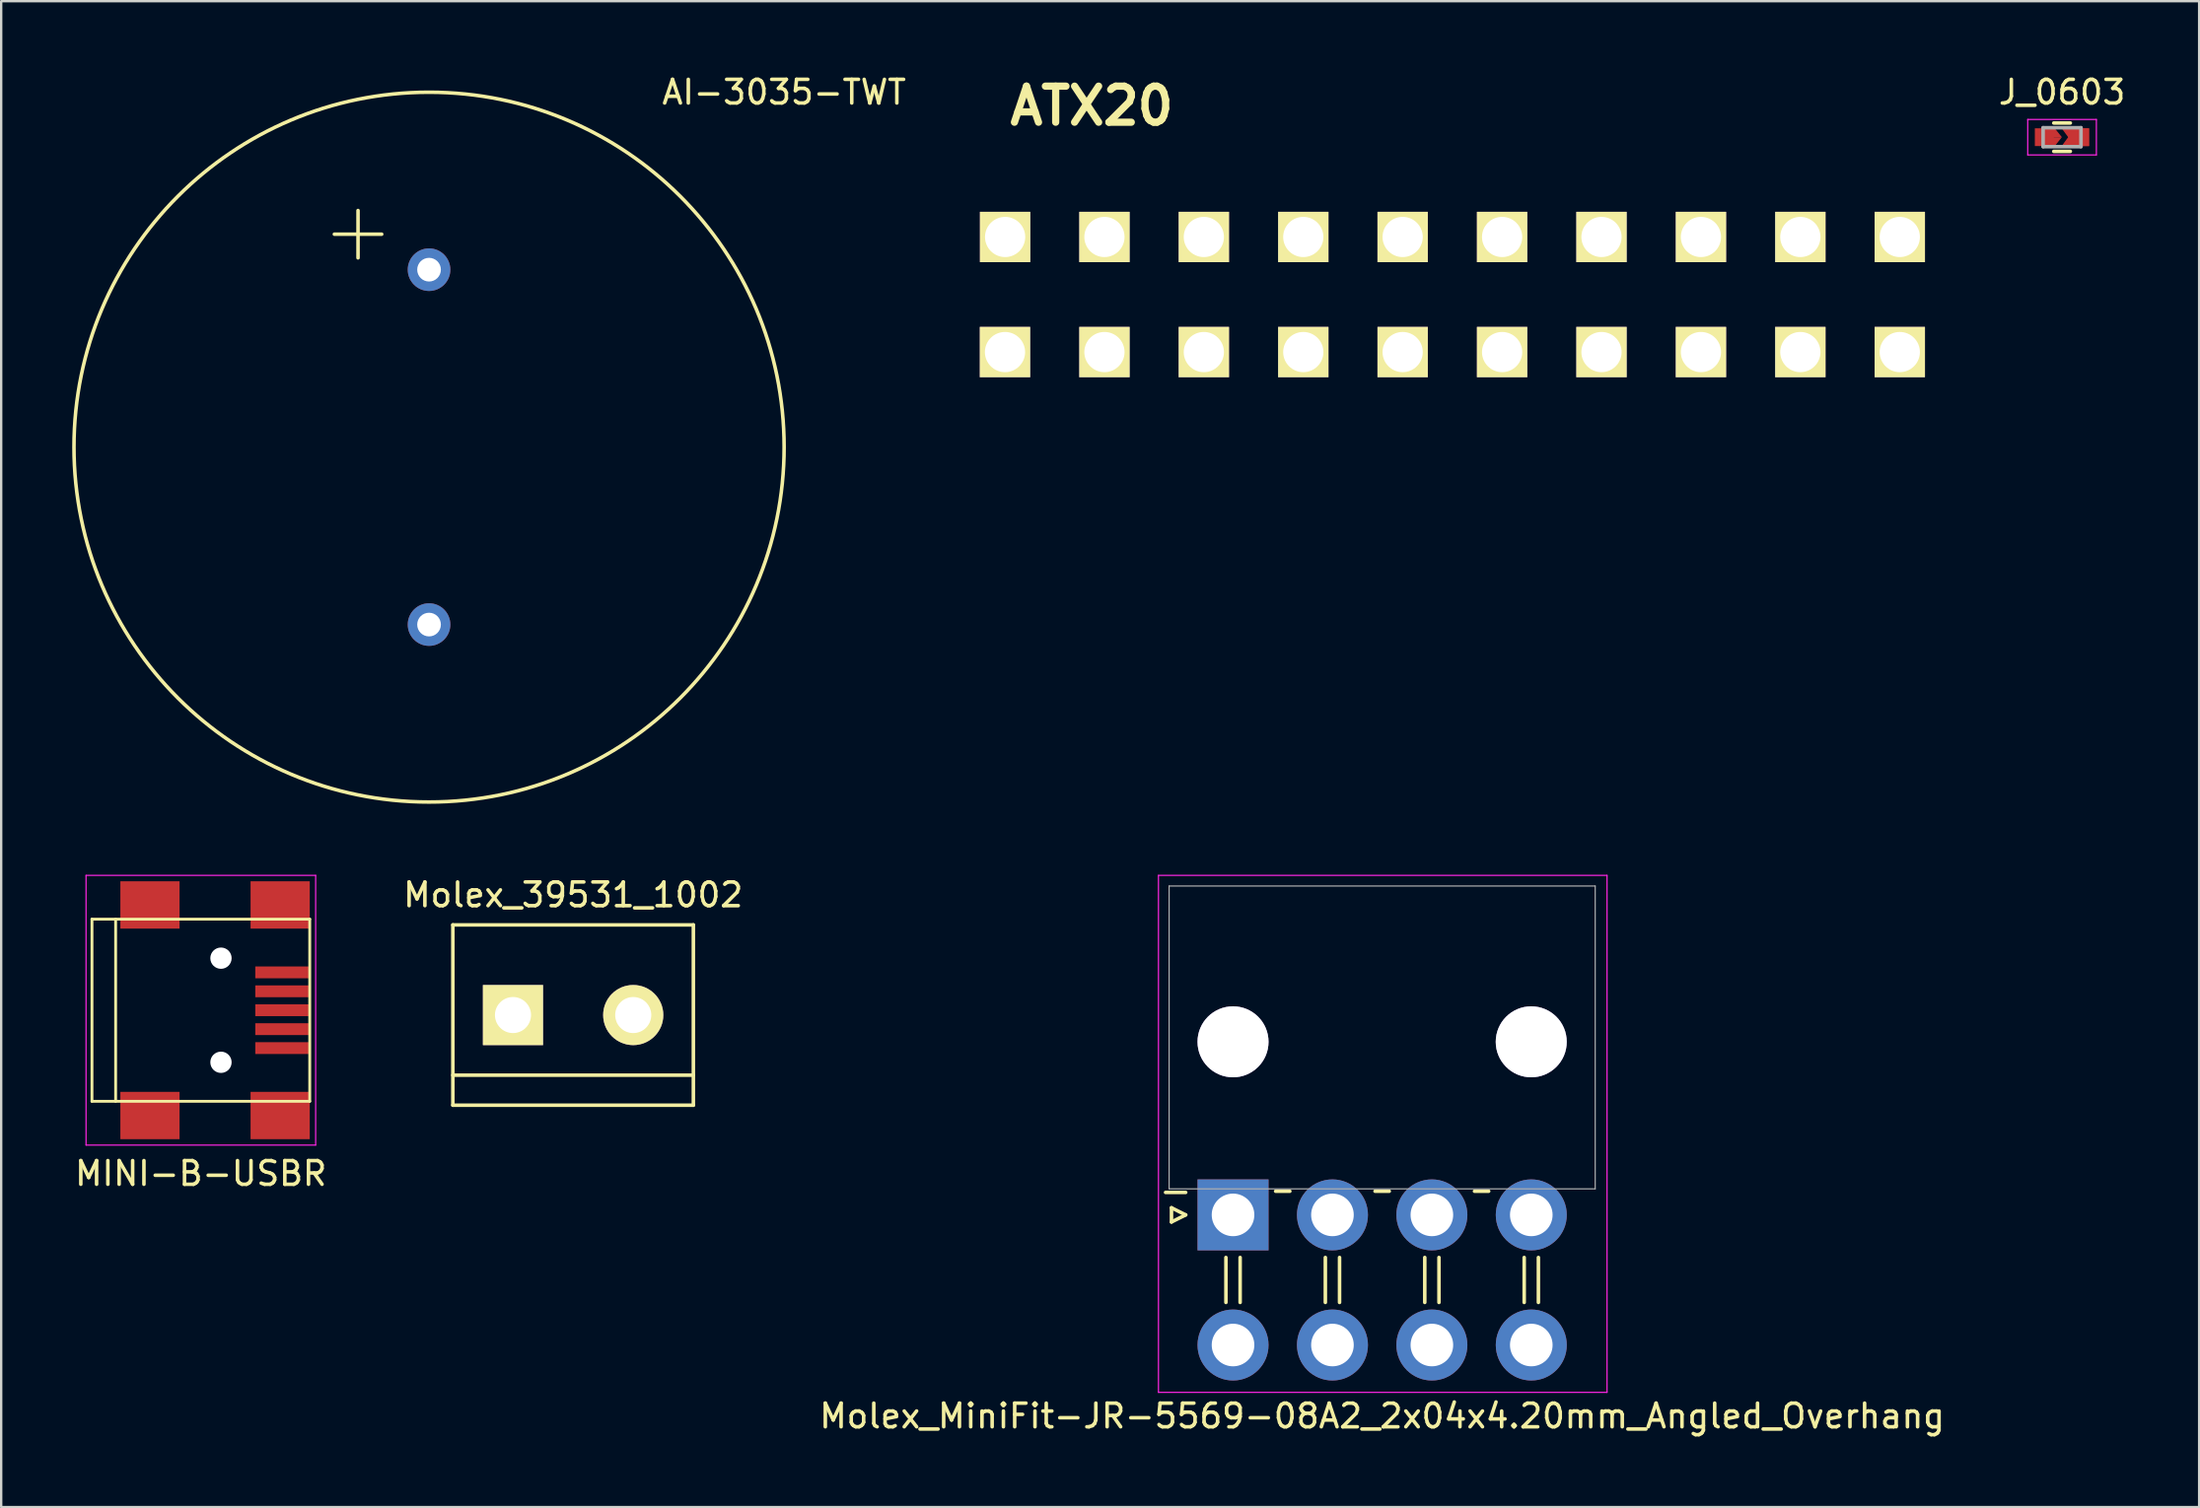
<source format=kicad_pcb>
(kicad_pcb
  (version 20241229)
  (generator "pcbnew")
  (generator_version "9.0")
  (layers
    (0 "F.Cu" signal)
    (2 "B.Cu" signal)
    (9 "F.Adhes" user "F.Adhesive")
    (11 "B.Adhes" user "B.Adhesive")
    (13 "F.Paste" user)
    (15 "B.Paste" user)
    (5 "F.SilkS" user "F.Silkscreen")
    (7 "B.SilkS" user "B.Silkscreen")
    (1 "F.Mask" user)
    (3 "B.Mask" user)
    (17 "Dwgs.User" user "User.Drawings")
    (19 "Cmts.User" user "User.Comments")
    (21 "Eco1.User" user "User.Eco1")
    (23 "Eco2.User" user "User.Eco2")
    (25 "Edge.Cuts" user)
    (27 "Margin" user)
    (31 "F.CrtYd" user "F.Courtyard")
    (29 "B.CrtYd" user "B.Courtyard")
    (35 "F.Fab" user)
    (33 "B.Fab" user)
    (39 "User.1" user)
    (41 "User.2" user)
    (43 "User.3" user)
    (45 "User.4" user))
  (footprint "J_0603"
    (layer "F.Cu")
    (at 84.061 2.748)
    (property "Reference" "J_0603" (at 0 -1.9 0) (layer "F.SilkS") (effects (font (size 1 1) (thickness 0.15))))
    (attr smd)
    (fp_line (start -0.35 -0.6) (end 0.35 -0.6) (stroke (width 0.15) (type solid)) (layer "F.SilkS"))
    (fp_line (start 0.35 0.6) (end -0.35 0.6) (stroke (width 0.15) (type solid)) (layer "F.SilkS"))
    (fp_line (start -1.45 -0.75) (end -1.45 0.75) (stroke (width 0.05) (type solid)) (layer "F.CrtYd"))
    (fp_line (start -1.45 -0.75) (end 1.45 -0.75) (stroke (width 0.05) (type solid)) (layer "F.CrtYd"))
    (fp_line (start -1.45 0.75) (end 1.45 0.75) (stroke (width 0.05) (type solid)) (layer "F.CrtYd"))
    (fp_line (start 1.45 -0.75) (end 1.45 0.75) (stroke (width 0.05) (type solid)) (layer "F.CrtYd"))
    (fp_line (start -0.8 -0.4) (end 0.8 -0.4) (stroke (width 0.15) (type solid)) (layer "F.Fab"))
    (fp_line (start -0.8 0.4) (end -0.8 -0.4) (stroke (width 0.15) (type solid)) (layer "F.Fab"))
    (fp_line (start 0.8 -0.4) (end 0.8 0.4) (stroke (width 0.15) (type solid)) (layer "F.Fab"))
    (fp_line (start 0.8 0.4) (end -0.8 0.4) (stroke (width 0.15) (type solid)) (layer "F.Fab"))
    (pad "1" smd rect (at -0.75 0) (size 0.8 0.75) (layers "F.Cu" "F.Mask" "F.Paste"))
    (pad "1" smd trapezoid (at -0.508 -0.188) (size 0.7 0.376) (rect_delta 0 0.3) (layers "F.Cu" "F.Mask" "F.Paste"))
    (pad "1" smd trapezoid (at -0.508 0.188 180) (size 0.7 0.376) (rect_delta 0 0.3) (layers "F.Cu" "F.Mask" "F.Paste"))
    (pad "2" smd trapezoid (at 0.559 0 180) (size 0.6 0.75) (rect_delta 0 0.55) (layers "F.Cu" "F.Mask" "F.Paste"))
    (pad "2" smd trapezoid (at 0.559 0) (size 0.6 0.75) (rect_delta 0 0.55) (layers "F.Cu" "F.Mask" "F.Paste"))
    (pad "2" smd rect (at 0.75 0) (size 0.8 0.75) (layers "F.Cu" "F.Mask" "F.Paste")))
  (footprint "ATX20"
    (layer "F.Cu")
    (at 58.311 16.666)
    (property "Reference" "ATX20" (at -15.24 -15.24 0) (layer "F.SilkS") (effects (font (size 1.524 1.524) (thickness 0.305))))
    (attr through_hole)
    (pad "1" thru_hole rect (at 18.895 -4.836) (size 2.126 2.126) (drill 1.699) (layers "*.Cu" "*.Mask" "F.SilkS"))
    (pad "2" thru_hole rect (at 18.895 -9.7) (size 2.126 2.126) (drill 1.699) (layers "*.Cu" "*.Mask" "F.SilkS"))
    (pad "3" thru_hole rect (at 14.694 -4.836) (size 2.126 2.126) (drill 1.699) (layers "*.Cu" "*.Mask" "F.SilkS"))
    (pad "4" thru_hole rect (at 14.694 -9.7) (size 2.126 2.126) (drill 1.699) (layers "*.Cu" "*.Mask" "F.SilkS"))
    (pad "5" thru_hole rect (at 10.495 -4.836) (size 2.126 2.126) (drill 1.699) (layers "*.Cu" "*.Mask" "F.SilkS"))
    (pad "6" thru_hole rect (at 10.495 -9.7) (size 2.126 2.126) (drill 1.699) (layers "*.Cu" "*.Mask" "F.SilkS"))
    (pad "7" thru_hole rect (at 6.294 -4.836) (size 2.126 2.126) (drill 1.699) (layers "*.Cu" "*.Mask" "F.SilkS"))
    (pad "8" thru_hole rect (at 6.294 -9.7) (size 2.126 2.126) (drill 1.699) (layers "*.Cu" "*.Mask" "F.SilkS"))
    (pad "9" thru_hole rect (at 2.095 -4.836) (size 2.126 2.126) (drill 1.699) (layers "*.Cu" "*.Mask" "F.SilkS"))
    (pad "10" thru_hole rect (at 2.095 -9.7) (size 2.126 2.126) (drill 1.699) (layers "*.Cu" "*.Mask" "F.SilkS"))
    (pad "11" thru_hole rect (at -2.106 -4.836) (size 2.126 2.126) (drill 1.699) (layers "*.Cu" "*.Mask" "F.SilkS"))
    (pad "12" thru_hole rect (at -2.106 -9.7) (size 2.126 2.126) (drill 1.699) (layers "*.Cu" "*.Mask" "F.SilkS"))
    (pad "13" thru_hole rect (at -6.304 -4.836) (size 2.126 2.126) (drill 1.699) (layers "*.Cu" "*.Mask" "F.SilkS"))
    (pad "14" thru_hole rect (at -6.304 -9.7) (size 2.126 2.126) (drill 1.699) (layers "*.Cu" "*.Mask" "F.SilkS"))
    (pad "15" thru_hole rect (at -10.505 -4.836) (size 2.126 2.126) (drill 1.699) (layers "*.Cu" "*.Mask" "F.SilkS"))
    (pad "16" thru_hole rect (at -10.505 -9.7) (size 2.126 2.126) (drill 1.699) (layers "*.Cu" "*.Mask" "F.SilkS"))
    (pad "17" thru_hole rect (at -14.704 -4.836) (size 2.126 2.126) (drill 1.699) (layers "*.Cu" "*.Mask" "F.SilkS"))
    (pad "18" thru_hole rect (at -14.704 -9.7) (size 2.126 2.126) (drill 1.699) (layers "*.Cu" "*.Mask" "F.SilkS"))
    (pad "19" thru_hole rect (at -18.905 -4.836) (size 2.126 2.126) (drill 1.699) (layers "*.Cu" "*.Mask" "F.SilkS"))
    (pad "20" thru_hole rect (at -18.9 -9.7) (size 2.126 2.126) (drill 1.699) (layers "*.Cu" "*.Mask" "F.SilkS")))
  (footprint "MINI-B-USBR"
    (layer "F.Cu")
    (at 6.085 39.648)
    (property "Reference" "MINI-B-USBR" (at -0.65 6.9 0) (layer "F.SilkS") (effects (font (size 1 1) (thickness 0.15))))
    (attr smd)
    (fp_line (start -5.25 -3.85) (end -5.25 3.85) (stroke (width 0.12) (type solid)) (layer "F.SilkS"))
    (fp_line (start -5.25 3.85) (end 3.95 3.85) (stroke (width 0.12) (type solid)) (layer "F.SilkS"))
    (fp_line (start -4.25 -3.85) (end -4.25 3.85) (stroke (width 0.12) (type solid)) (layer "F.SilkS"))
    (fp_line (start 3.95 -3.85) (end -5.25 -3.85) (stroke (width 0.12) (type solid)) (layer "F.SilkS"))
    (fp_line (start 3.95 3.85) (end 3.95 -3.85) (stroke (width 0.12) (type solid)) (layer "F.SilkS"))
    (fp_line (start -5.5 -5.7) (end 4.2 -5.7) (stroke (width 0.05) (type solid)) (layer "F.CrtYd"))
    (fp_line (start -5.5 5.7) (end -5.5 -5.7) (stroke (width 0.05) (type solid)) (layer "F.CrtYd"))
    (fp_line (start 4.2 -5.7) (end 4.2 5.7) (stroke (width 0.05) (type solid)) (layer "F.CrtYd"))
    (fp_line (start 4.2 5.7) (end -5.5 5.7) (stroke (width 0.05) (type solid)) (layer "F.CrtYd"))
    (pad "" np_thru_hole circle (at 0.2 -2.2) (size 0.9 0.9) (drill 0.9) (layers "*.Cu" "*.Mask"))
    (pad "" np_thru_hole circle (at 0.2 2.2) (size 0.9 0.9) (drill 0.9) (layers "*.Cu" "*.Mask"))
    (pad "6" smd rect (at -2.8 -4.45) (size 2.5 2) (layers "F.Cu" "F.Mask" "F.Paste"))
    (pad "6" smd rect (at -2.8 4.45) (size 2.5 2) (layers "F.Cu" "F.Mask" "F.Paste"))
    (pad "6" smd rect (at 2.7 -4.45) (size 2.5 2) (layers "F.Cu" "F.Mask" "F.Paste"))
    (pad "6" smd rect (at 2.7 4.45) (size 2.5 2) (layers "F.Cu" "F.Mask" "F.Paste"))
    (pad "D+" smd rect (at 2.8 0) (size 2.3 0.5) (layers "F.Cu" "F.Mask" "F.Paste"))
    (pad "D-" smd rect (at 2.8 -0.8) (size 2.3 0.5) (layers "F.Cu" "F.Mask" "F.Paste"))
    (pad "GND" smd rect (at 2.8 1.6) (size 2.3 0.5) (layers "F.Cu" "F.Mask" "F.Paste"))
    (pad "ID" smd rect (at 2.8 0.8) (size 2.3 0.5) (layers "F.Cu" "F.Mask" "F.Paste"))
    (pad "VBUS" smd rect (at 2.8 -1.6) (size 2.3 0.5) (layers "F.Cu" "F.Mask" "F.Paste")))
  (footprint "Molex_MiniFit-JR-5569-08A2_2x04x4.20mm_Angled_Overhang"
    (layer "F.Cu")
    (at 49.039 48.298)
    (property "Reference" "Molex_MiniFit-JR-5569-08A2_2x04x4.20mm_Angled_Overhang" (at 6.3 8.5 0) (layer "F.SilkS") (effects (font (size 1 1) (thickness 0.15))))
    (attr through_hole)
    (fp_line (start -2.6 -0.3) (end -2 0) (stroke (width 0.15) (type solid)) (layer "F.SilkS"))
    (fp_line (start -2.6 0.3) (end -2.6 -0.3) (stroke (width 0.15) (type solid)) (layer "F.SilkS"))
    (fp_line (start -2 -0.95) (end -2.85 -0.95) (stroke (width 0.15) (type solid)) (layer "F.SilkS"))
    (fp_line (start -2 0) (end -2.6 0.3) (stroke (width 0.15) (type solid)) (layer "F.SilkS"))
    (fp_line (start -0.3 1.8) (end -0.3 3.7) (stroke (width 0.15) (type solid)) (layer "F.SilkS"))
    (fp_line (start 0.3 1.8) (end 0.3 3.7) (stroke (width 0.15) (type solid)) (layer "F.SilkS"))
    (fp_line (start 1.8 -1) (end 2.4 -1) (stroke (width 0.15) (type solid)) (layer "F.SilkS"))
    (fp_line (start 3.9 1.8) (end 3.9 3.7) (stroke (width 0.15) (type solid)) (layer "F.SilkS"))
    (fp_line (start 4.5 1.8) (end 4.5 3.7) (stroke (width 0.15) (type solid)) (layer "F.SilkS"))
    (fp_line (start 6 -1) (end 6.6 -1) (stroke (width 0.15) (type solid)) (layer "F.SilkS"))
    (fp_line (start 8.1 1.8) (end 8.1 3.7) (stroke (width 0.15) (type solid)) (layer "F.SilkS"))
    (fp_line (start 8.7 1.8) (end 8.7 3.7) (stroke (width 0.15) (type solid)) (layer "F.SilkS"))
    (fp_line (start 10.2 -1) (end 10.8 -1) (stroke (width 0.15) (type solid)) (layer "F.SilkS"))
    (fp_line (start 12.3 1.8) (end 12.3 3.7) (stroke (width 0.15) (type solid)) (layer "F.SilkS"))
    (fp_line (start 12.9 1.8) (end 12.9 3.7) (stroke (width 0.15) (type solid)) (layer "F.SilkS"))
    (fp_line (start -3.15 -14.35) (end -3.15 7.5) (stroke (width 0.05) (type solid)) (layer "F.CrtYd"))
    (fp_line (start -3.15 7.5) (end 15.8 7.5) (stroke (width 0.05) (type solid)) (layer "F.CrtYd"))
    (fp_line (start 15.8 -14.35) (end -3.15 -14.35) (stroke (width 0.05) (type solid)) (layer "F.CrtYd"))
    (fp_line (start 15.8 7.5) (end 15.8 -14.35) (stroke (width 0.05) (type solid)) (layer "F.CrtYd"))
    (fp_line (start -2.7 -13.9) (end -2.7 -1.1) (stroke (width 0.05) (type solid)) (layer "F.Fab"))
    (fp_line (start -2.7 -1.1) (end 15.3 -1.1) (stroke (width 0.05) (type solid)) (layer "F.Fab"))
    (fp_line (start 15.3 -13.9) (end -2.7 -13.9) (stroke (width 0.05) (type solid)) (layer "F.Fab"))
    (fp_line (start 15.3 -1.1) (end 15.3 -13.9) (stroke (width 0.05) (type solid)) (layer "F.Fab"))
    (pad "1" thru_hole rect (at 0 0) (size 3 3) (drill 1.8) (layers "*.Cu" "*.Mask"))
    (pad "2" thru_hole circle (at 4.2 0) (size 3 3) (drill 1.8) (layers "*.Cu" "*.Mask"))
    (pad "3" thru_hole circle (at 8.4 0) (size 3 3) (drill 1.8) (layers "*.Cu" "*.Mask"))
    (pad "4" thru_hole circle (at 12.6 0) (size 3 3) (drill 1.8) (layers "*.Cu" "*.Mask"))
    (pad "5" thru_hole circle (at 0 5.5) (size 3 3) (drill 1.8) (layers "*.Cu" "*.Mask"))
    (pad "6" thru_hole circle (at 4.2 5.5) (size 3 3) (drill 1.8) (layers "*.Cu" "*.Mask"))
    (pad "7" thru_hole circle (at 8.4 5.5) (size 3 3) (drill 1.8) (layers "*.Cu" "*.Mask"))
    (pad "8" thru_hole circle (at 12.6 5.5) (size 3 3) (drill 1.8) (layers "*.Cu" "*.Mask"))
    (pad "9" thru_hole circle (at 0 -7.315) (size 3 3) (drill 3) (layers "*.Cu" "*.Mask"))
    (pad "9" thru_hole circle (at 12.598 -7.315) (size 3 3) (drill 3) (layers "*.Cu" "*.Mask")))
  (footprint "AI-3035-TWT"
    (layer "F.Cu")
    (at 15.075 15.848)
    (property "Reference" "AI-3035-TWT" (at 15 -15 0) (layer "F.SilkS") (effects (font (size 1 1) (thickness 0.15))))
    (attr through_hole)
    (fp_line (start -4 -9) (end -2 -9) (stroke (width 0.15) (type solid)) (layer "F.SilkS"))
    (fp_line (start -3 -10) (end -3 -8) (stroke (width 0.15) (type solid)) (layer "F.SilkS"))
    (fp_circle (center 0 0) (end -15 0) (stroke (width 0.15) (type solid)) (fill no) (layer "F.SilkS"))
    (pad "1" thru_hole circle (at 0 -7.5) (size 1.8 1.8) (drill 1) (layers "*.Cu" "*.Mask"))
    (pad "2" thru_hole circle (at 0 7.5) (size 1.8 1.8) (drill 1) (layers "*.Cu" "*.Mask")))
  (footprint "Molex_39531_1002"
    (layer "F.Cu")
    (at 21.161 39.852)
    (property "Reference" "Molex_39531_1002" (at 0 -5.08 0) (layer "F.SilkS") (effects (font (size 1 1) (thickness 0.15))))
    (attr through_hole)
    (fp_line (start -5.08 -3.81) (end -5.08 3.81) (stroke (width 0.15) (type solid)) (layer "F.SilkS"))
    (fp_line (start -5.08 3.81) (end 5.08 3.81) (stroke (width 0.15) (type solid)) (layer "F.SilkS"))
    (fp_line (start 5.08 -3.81) (end -5.08 -3.81) (stroke (width 0.15) (type solid)) (layer "F.SilkS"))
    (fp_line (start 5.08 2.54) (end -5.08 2.54) (stroke (width 0.15) (type solid)) (layer "F.SilkS"))
    (fp_line (start 5.08 3.81) (end 5.08 -3.81) (stroke (width 0.15) (type solid)) (layer "F.SilkS"))
    (pad "1" thru_hole rect (at -2.54 0) (size 2.54 2.54) (drill 1.524) (layers "*.Cu" "*.Mask" "F.SilkS"))
    (pad "2" thru_hole circle (at 2.54 0) (size 2.54 2.54) (drill 1.524) (layers "*.Cu" "*.Mask" "F.SilkS")))
  (gr_rect
    (start -3 -3)
    (end 89.852 60.647)
    (stroke (width 0.1) (type default))
    (fill no)
    (layer "Edge.Cuts")))
</source>
